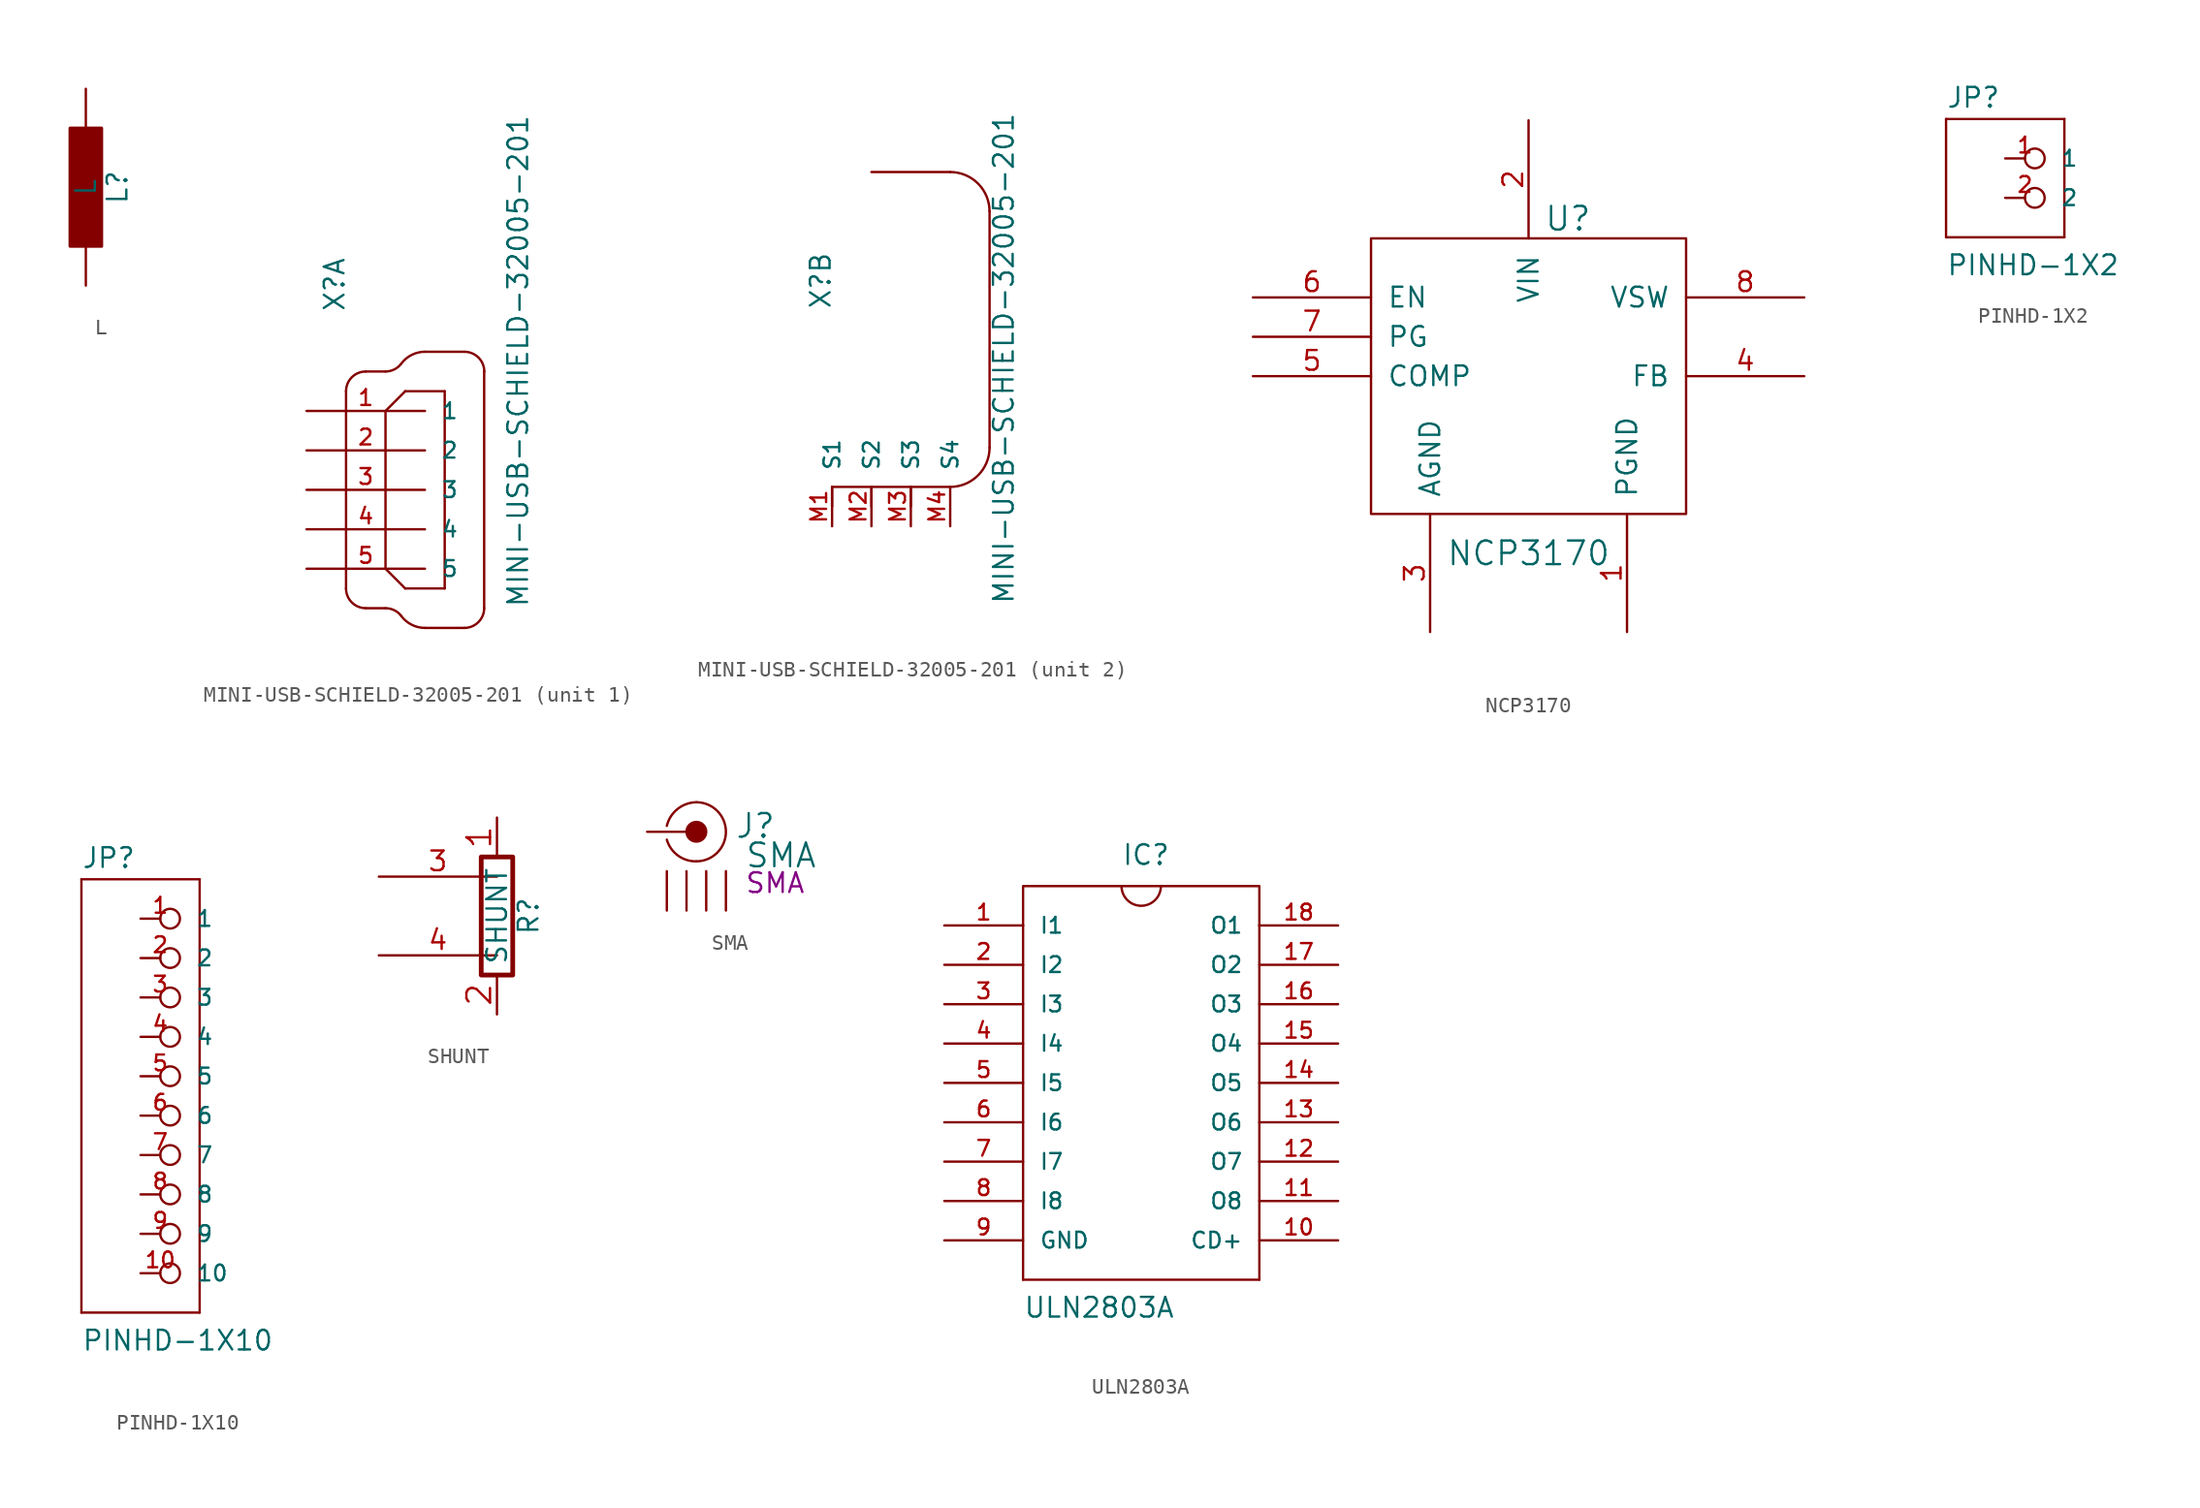
<source format=kicad_sym>
(kicad_symbol_lib
  (version 20220914)
  (generator kicad_symbol_editor)
  (symbol "L"
    (pin_numbers hide)
    (pin_names
      (offset 0))
    (property "Reference" "L"
      (at 2.032 0 90)
      (effects (font (size 1.27 1.27))))
    (property "Value" "L"
      (at 0 0 90)
      (effects (font (size 1.27 1.27))))
    (property "Footprint" ""
      (at 0 0 0)
      (effects (font (size 1.524 1.524))))
    (property "Datasheet" ""
      (at 0 0 0)
      (effects (font (size 1.524 1.524))))
    (symbol "L_0_1"
      (rectangle (start -1.016 3.81) (end 1.016 -3.81) (stroke (width 0.203) (type solid)) (fill (type outline))))
    (symbol "L_1_1"
      (pin passive line (at 0 6.35 270) (length 2.54) (name "~" (effects (font (size 1.524 1.524)))) (number "1" (effects (font (size 1.524 1.524)))))
      (pin passive line (at 0 -6.35 90) (length 2.54) (name "~" (effects (font (size 1.524 1.524)))) (number "2" (effects (font (size 1.524 1.524)))))))
  (symbol "MINI-USB-SCHIELD-32005-201"
    (pin_names
      (offset 1.016))
    (property "Reference" "X"
      (at -2.54 11.43 90)
      (effects (font (size 1.27 1.27)) (justify left bottom)))
    (property "Value" "MINI-USB-SCHIELD-32005-201"
      (at 9.271 -7.62 90)
      (effects (font (size 1.27 1.27)) (justify left bottom)))
    (property "Datasheet" ""
      (at 0 0 0)
      (effects (font (size 1.524 1.524))))
    (property "ki_locked" ""
      (at 0 0 0)
      (effects (font (size 1.27 1.27))))
    (symbol "MINI-USB-SCHIELD-32005-201_1_0"
      (polyline (pts (xy -2.54 6.35) (xy -2.54 -6.35)) (stroke (width 0) (type solid)) (fill (type none)))
      (polyline (pts (xy -1.27 -7.62) (xy 0 -7.62)) (stroke (width 0) (type solid)) (fill (type none)))
      (polyline (pts (xy -1.27 7.62) (xy 0 7.62)) (stroke (width 0) (type solid)) (fill (type none)))
      (polyline (pts (xy 0 -5.08) (xy 1.27 -6.35)) (stroke (width 0) (type solid)) (fill (type none)))
      (polyline (pts (xy 0 5.08) (xy 0 -5.08)) (stroke (width 0) (type solid)) (fill (type none)))
      (polyline (pts (xy 1.27 -6.35) (xy 3.81 -6.35)) (stroke (width 0) (type solid)) (fill (type none)))
      (polyline (pts (xy 1.27 6.35) (xy 0 5.08)) (stroke (width 0) (type solid)) (fill (type none)))
      (polyline (pts (xy 2.54 -8.89) (xy 5.08 -8.89)) (stroke (width 0) (type solid)) (fill (type none)))
      (polyline (pts (xy 2.54 8.89) (xy 5.08 8.89)) (stroke (width 0) (type solid)) (fill (type none)))
      (polyline (pts (xy 3.81 -6.35) (xy 3.81 6.35)) (stroke (width 0) (type solid)) (fill (type none)))
      (polyline (pts (xy 3.81 6.35) (xy 1.27 6.35)) (stroke (width 0) (type solid)) (fill (type none)))
      (polyline (pts (xy 6.35 -7.62) (xy 6.35 7.62)) (stroke (width 0) (type solid)) (fill (type none))))
    (symbol "MINI-USB-SCHIELD-32005-201_1_1"
      (arc (start -2.54 -6.35) (mid -2.168 -7.248) (end -1.27 -7.62) (stroke (width 0) (type solid)) (fill (type none)))
      (arc (start -1.27 7.62) (mid -2.168 7.248) (end -2.54 6.35) (stroke (width 0) (type solid)) (fill (type none)))
      (arc (start 0 7.62) (mid 0.568 7.7541) (end 1.016 8.128) (stroke (width 0) (type solid)) (fill (type none)))
      (arc (start 1.016 -8.128) (mid 0.568 -7.7541) (end 0 -7.62) (stroke (width 0) (type solid)) (fill (type none)))
      (arc (start 1.016 -8.128) (mid 1.6881 -8.6889) (end 2.54 -8.89) (stroke (width 0) (type solid)) (fill (type none)))
      (arc (start 2.54 8.89) (mid 1.6881 8.6889) (end 1.016 8.128) (stroke (width 0) (type solid)) (fill (type none)))
      (arc (start 5.08 -8.89) (mid 5.978 -8.518) (end 6.35 -7.62) (stroke (width 0) (type solid)) (fill (type none)))
      (arc (start 6.35 7.62) (mid 5.978 8.518) (end 5.08 8.89) (stroke (width 0) (type solid)) (fill (type none)))
      (pin passive line (at -5.08 5.08 0) (length 7.62) (name "1" (effects (font (size 1.016 1.016)))) (number "1" (effects (font (size 1.016 1.016)))))
      (pin passive line (at -5.08 2.54 0) (length 7.62) (name "2" (effects (font (size 1.016 1.016)))) (number "2" (effects (font (size 1.016 1.016)))))
      (pin passive line (at -5.08 0 0) (length 7.62) (name "3" (effects (font (size 1.016 1.016)))) (number "3" (effects (font (size 1.016 1.016)))))
      (pin passive line (at -5.08 -2.54 0) (length 7.62) (name "4" (effects (font (size 1.016 1.016)))) (number "4" (effects (font (size 1.016 1.016)))))
      (pin passive line (at -5.08 -5.08 0) (length 7.62) (name "5" (effects (font (size 1.016 1.016)))) (number "5" (effects (font (size 1.016 1.016))))))
    (symbol "MINI-USB-SCHIELD-32005-201_2_0"
      (polyline (pts (xy -2.54 -1.27) (xy -2.54 0)) (stroke (width 0) (type solid)) (fill (type none)))
      (polyline (pts (xy -2.54 0) (xy 0 0)) (stroke (width 0) (type solid)) (fill (type none)))
      (polyline (pts (xy 0 -1.27) (xy 0 0)) (stroke (width 0) (type solid)) (fill (type none)))
      (polyline (pts (xy 0 0) (xy 2.54 0)) (stroke (width 0) (type solid)) (fill (type none)))
      (polyline (pts (xy 2.54 -1.27) (xy 2.54 0)) (stroke (width 0) (type solid)) (fill (type none)))
      (polyline (pts (xy 2.54 0) (xy 5.08 0)) (stroke (width 0) (type solid)) (fill (type none)))
      (polyline (pts (xy 5.08 20.32) (xy 0 20.32)) (stroke (width 0) (type solid)) (fill (type none)))
      (polyline (pts (xy 7.62 2.54) (xy 7.62 17.78)) (stroke (width 0) (type solid)) (fill (type none))))
    (symbol "MINI-USB-SCHIELD-32005-201_2_1"
      (arc (start 5.08 0) (mid 6.8761 0.7439) (end 7.62 2.54) (stroke (width 0) (type solid)) (fill (type none)))
      (arc (start 7.62 17.78) (mid 6.8761 19.5761) (end 5.08 20.32) (stroke (width 0) (type solid)) (fill (type none)))
      (pin passive line (at -2.54 -2.54 90) (length 2.54) (name "S1" (effects (font (size 1.016 1.016)))) (number "M1" (effects (font (size 1.016 1.016)))))
      (pin passive line (at 0 -2.54 90) (length 2.54) (name "S2" (effects (font (size 1.016 1.016)))) (number "M2" (effects (font (size 1.016 1.016)))))
      (pin passive line (at 2.54 -2.54 90) (length 2.54) (name "S3" (effects (font (size 1.016 1.016)))) (number "M3" (effects (font (size 1.016 1.016)))))
      (pin passive line (at 5.08 -2.54 90) (length 2.54) (name "S4" (effects (font (size 1.016 1.016)))) (number "M4" (effects (font (size 1.016 1.016)))))))
  (symbol "NCP3170"
    (pin_names
      (offset 1.016))
    (property "Reference" "U"
      (at 2.54 10.16 0)
      (effects (font (size 1.524 1.524))))
    (property "Value" "NCP3170"
      (at 0 -11.43 0)
      (effects (font (size 1.524 1.524))))
    (property "Footprint" ""
      (at 0 0 0)
      (effects (font (size 1.524 1.524))))
    (property "Datasheet" ""
      (at 0 0 0)
      (effects (font (size 1.524 1.524))))
    (symbol "NCP3170_0_1"
      (rectangle (start -10.16 8.89) (end 10.16 -8.89) (stroke (width 0) (type solid)) (fill (type none))))
    (symbol "NCP3170_1_1"
      (pin power_in line (at 6.35 -16.51 90) (length 7.62) (name "PGND" (effects (font (size 1.27 1.27)))) (number "1" (effects (font (size 1.27 1.27)))))
      (pin power_in line (at 0 16.51 270) (length 7.62) (name "VIN" (effects (font (size 1.27 1.27)))) (number "2" (effects (font (size 1.27 1.27)))))
      (pin bidirectional line (at -6.35 -16.51 90) (length 7.62) (name "AGND" (effects (font (size 1.27 1.27)))) (number "3" (effects (font (size 1.27 1.27)))))
      (pin input line (at 17.78 0 180) (length 7.62) (name "FB" (effects (font (size 1.27 1.27)))) (number "4" (effects (font (size 1.27 1.27)))))
      (pin input line (at -17.78 0 0) (length 7.62) (name "COMP" (effects (font (size 1.27 1.27)))) (number "5" (effects (font (size 1.27 1.27)))))
      (pin input line (at -17.78 5.08 0) (length 7.62) (name "EN" (effects (font (size 1.27 1.27)))) (number "6" (effects (font (size 1.27 1.27)))))
      (pin output line (at -17.78 2.54 0) (length 7.62) (name "PG" (effects (font (size 1.27 1.27)))) (number "7" (effects (font (size 1.27 1.27)))))
      (pin power_out line (at 17.78 5.08 180) (length 7.62) (name "VSW" (effects (font (size 1.27 1.27)))) (number "8" (effects (font (size 1.27 1.27)))))))
  (symbol "PINHD-1X2"
    (pin_names
      (offset 1.016))
    (property "Reference" "JP"
      (at -6.35 5.715 0)
      (effects (font (size 1.27 1.27)) (justify left bottom)))
    (property "Value" "PINHD-1X2"
      (at -6.35 -5.08 0)
      (effects (font (size 1.27 1.27)) (justify left bottom)))
    (property "Datasheet" ""
      (at 0 0 0)
      (effects (font (size 1.524 1.524))))
    (property "ki_locked" ""
      (at 0 0 0)
      (effects (font (size 1.27 1.27))))
    (symbol "PINHD-1X2_1_0"
      (polyline (pts (xy -6.35 -2.54) (xy 1.27 -2.54)) (stroke (width 0) (type solid)) (fill (type none)))
      (polyline (pts (xy -6.35 5.08) (xy -6.35 -2.54)) (stroke (width 0) (type solid)) (fill (type none)))
      (polyline (pts (xy 1.27 -2.54) (xy 1.27 5.08)) (stroke (width 0) (type solid)) (fill (type none)))
      (polyline (pts (xy 1.27 5.08) (xy -6.35 5.08)) (stroke (width 0) (type solid)) (fill (type none))))
    (symbol "PINHD-1X2_1_1"
      (pin passive inverted (at -2.54 2.54 0) (length 2.54) (name "1" (effects (font (size 1.016 1.016)))) (number "1" (effects (font (size 1.016 1.016)))))
      (pin passive inverted (at -2.54 0 0) (length 2.54) (name "2" (effects (font (size 1.016 1.016)))) (number "2" (effects (font (size 1.016 1.016)))))))
  (symbol "PINHD-1X10"
    (pin_names
      (offset 1.016))
    (property "Reference" "JP"
      (at -6.35 13.335 0)
      (effects (font (size 1.27 1.27)) (justify left bottom)))
    (property "Value" "PINHD-1X10"
      (at -6.35 -17.78 0)
      (effects (font (size 1.27 1.27)) (justify left bottom)))
    (property "Datasheet" ""
      (at 0 0 0)
      (effects (font (size 1.524 1.524))))
    (property "ki_locked" ""
      (at 0 0 0)
      (effects (font (size 1.27 1.27))))
    (symbol "PINHD-1X10_1_0"
      (polyline (pts (xy -6.35 -15.24) (xy 1.27 -15.24)) (stroke (width 0) (type solid)) (fill (type none)))
      (polyline (pts (xy -6.35 12.7) (xy -6.35 -15.24)) (stroke (width 0) (type solid)) (fill (type none)))
      (polyline (pts (xy 1.27 -15.24) (xy 1.27 12.7)) (stroke (width 0) (type solid)) (fill (type none)))
      (polyline (pts (xy 1.27 12.7) (xy -6.35 12.7)) (stroke (width 0) (type solid)) (fill (type none))))
    (symbol "PINHD-1X10_1_1"
      (pin passive inverted (at -2.54 10.16 0) (length 2.54) (name "1" (effects (font (size 1.016 1.016)))) (number "1" (effects (font (size 1.016 1.016)))))
      (pin passive inverted (at -2.54 -12.7 0) (length 2.54) (name "10" (effects (font (size 1.016 1.016)))) (number "10" (effects (font (size 1.016 1.016)))))
      (pin passive inverted (at -2.54 7.62 0) (length 2.54) (name "2" (effects (font (size 1.016 1.016)))) (number "2" (effects (font (size 1.016 1.016)))))
      (pin passive inverted (at -2.54 5.08 0) (length 2.54) (name "3" (effects (font (size 1.016 1.016)))) (number "3" (effects (font (size 1.016 1.016)))))
      (pin passive inverted (at -2.54 2.54 0) (length 2.54) (name "4" (effects (font (size 1.016 1.016)))) (number "4" (effects (font (size 1.016 1.016)))))
      (pin passive inverted (at -2.54 0 0) (length 2.54) (name "5" (effects (font (size 1.016 1.016)))) (number "5" (effects (font (size 1.016 1.016)))))
      (pin passive inverted (at -2.54 -2.54 0) (length 2.54) (name "6" (effects (font (size 1.016 1.016)))) (number "6" (effects (font (size 1.016 1.016)))))
      (pin passive inverted (at -2.54 -5.08 0) (length 2.54) (name "7" (effects (font (size 1.016 1.016)))) (number "7" (effects (font (size 1.016 1.016)))))
      (pin passive inverted (at -2.54 -7.62 0) (length 2.54) (name "8" (effects (font (size 1.016 1.016)))) (number "8" (effects (font (size 1.016 1.016)))))
      (pin passive inverted (at -2.54 -10.16 0) (length 2.54) (name "9" (effects (font (size 1.016 1.016)))) (number "9" (effects (font (size 1.016 1.016)))))))
  (symbol "SHUNT"
    (pin_names
      (offset 0))
    (property "Reference" "R"
      (at 2.032 0 90)
      (effects (font (size 1.27 1.27))))
    (property "Value" "SHUNT"
      (at 0 0 90)
      (effects (font (size 1.27 1.27))))
    (property "Footprint" ""
      (at 0 0 0)
      (effects (font (size 1.524 1.524))))
    (property "Datasheet" ""
      (at 0 0 0)
      (effects (font (size 1.524 1.524))))
    (symbol "SHUNT_0_1"
      (rectangle (start -1.016 3.81) (end 1.016 -3.81) (stroke (width 0.305) (type solid)) (fill (type none))))
    (symbol "SHUNT_1_1"
      (pin passive line (at 0 6.35 270) (length 2.54) (name "~" (effects (font (size 1.524 1.524)))) (number "1" (effects (font (size 1.524 1.524)))))
      (pin passive line (at 0 -6.35 90) (length 2.54) (name "~" (effects (font (size 1.524 1.524)))) (number "2" (effects (font (size 1.524 1.524)))))
      (pin input line (at -7.62 2.54 0) (length 7.62) (name "~" (effects (font (size 1.27 1.27)))) (number "3" (effects (font (size 1.27 1.27)))))
      (pin input line (at -7.62 -2.54 0) (length 7.62) (name "~" (effects (font (size 1.27 1.27)))) (number "4" (effects (font (size 1.27 1.27)))))))
  (symbol "SMA"
    (pin_numbers hide)
    (pin_names
      (offset 1.016) hide)
    (property "Reference" "J"
      (at 4.445 2.921 0)
      (effects (font (size 1.524 1.524))))
    (property "Value" "SMA"
      (at 6.096 1.016 0)
      (effects (font (size 1.524 1.524))))
    (property "Footprint" "SMA"
      (at 5.715 -0.762 0)
      (effects (font (size 1.27 1.27))))
    (property "Datasheet" ""
      (at 0 0 0)
      (effects (font (size 1.524 1.524))))
    (symbol "SMA_0_1"
      (arc (start -1.27 2.032) (mid -0.5559 1.0089) (end 0.635 0.635) (stroke (width 0) (type solid)) (fill (type none)))
      (arc (start 0.635 0.635) (mid 2.5317 2.54) (end 0.635 4.445) (stroke (width 0) (type solid)) (fill (type none)))
      (circle (center 0.635 2.54) (radius 0.635) (stroke (width 0) (type solid)) (fill (type outline)))
      (arc (start 0.635 4.445) (mid -0.5786 4.01) (end -1.27 2.921) (stroke (width 0) (type solid)) (fill (type none))))
    (symbol "SMA_1_1"
      (pin bidirectional line (at -2.54 2.54 0) (length 2.54) (name "RF" (effects (font (size 0 0)))) (number "1" (effects (font (size 0 0)))))
      (pin power_in line (at -1.27 -2.54 90) (length 2.54) (name "GND1" (effects (font (size 0 0)))) (number "2" (effects (font (size 0 0)))))
      (pin power_in line (at 0 -2.54 90) (length 2.54) (name "GND2" (effects (font (size 0 0)))) (number "3" (effects (font (size 0 0)))))
      (pin power_in line (at 1.27 -2.54 90) (length 2.54) (name "GND3" (effects (font (size 0 0)))) (number "4" (effects (font (size 0 0)))))
      (pin power_in line (at 2.54 -2.54 90) (length 2.54) (name "GND4" (effects (font (size 0 0)))) (number "5" (effects (font (size 0 0)))))))
  (symbol "ULN2803A"
    (pin_names
      (offset 1.016))
    (property "Reference" "IC"
      (at -1.27 13.97 0)
      (effects (font (size 1.27 1.27)) (justify left bottom)))
    (property "Value" "ULN2803A"
      (at -7.62 -15.24 0)
      (effects (font (size 1.27 1.27)) (justify left bottom)))
    (property "Datasheet" ""
      (at 0 0 0)
      (effects (font (size 1.524 1.524))))
    (property "ki_locked" ""
      (at 0 0 0)
      (effects (font (size 1.27 1.27))))
    (symbol "ULN2803A_0_1"
      (arc (start -1.27 12.7) (mid 0 11.4355) (end 1.27 12.7) (stroke (width 0) (type solid)) (fill (type none)))
      (polyline (pts (xy 7.62 10.16) (xy 7.62 12.7) (xy -7.62 12.7) (xy -7.62 10.16) (xy -7.62 10.16)) (stroke (width 0) (type solid)) (fill (type none))))
    (symbol "ULN2803A_1_0"
      (polyline (pts (xy -7.62 10.16) (xy -7.62 -12.7)) (stroke (width 0) (type solid)) (fill (type none)))
      (polyline (pts (xy 7.62 -12.7) (xy -7.62 -12.7)) (stroke (width 0) (type solid)) (fill (type none)))
      (polyline (pts (xy 7.62 -12.7) (xy 7.62 10.16)) (stroke (width 0) (type solid)) (fill (type none))))
    (symbol "ULN2803A_1_1"
      (pin input line (at -12.7 10.16 0) (length 5.08) (name "I1" (effects (font (size 1.016 1.016)))) (number "1" (effects (font (size 1.016 1.016)))))
      (pin power_in line (at 12.7 -10.16 180) (length 5.08) (name "CD+" (effects (font (size 1.016 1.016)))) (number "10" (effects (font (size 1.016 1.016)))))
      (pin output line (at 12.7 -7.62 180) (length 5.08) (name "O8" (effects (font (size 1.016 1.016)))) (number "11" (effects (font (size 1.016 1.016)))))
      (pin output line (at 12.7 -5.08 180) (length 5.08) (name "O7" (effects (font (size 1.016 1.016)))) (number "12" (effects (font (size 1.016 1.016)))))
      (pin output line (at 12.7 -2.54 180) (length 5.08) (name "O6" (effects (font (size 1.016 1.016)))) (number "13" (effects (font (size 1.016 1.016)))))
      (pin output line (at 12.7 0 180) (length 5.08) (name "O5" (effects (font (size 1.016 1.016)))) (number "14" (effects (font (size 1.016 1.016)))))
      (pin output line (at 12.7 2.54 180) (length 5.08) (name "O4" (effects (font (size 1.016 1.016)))) (number "15" (effects (font (size 1.016 1.016)))))
      (pin output line (at 12.7 5.08 180) (length 5.08) (name "O3" (effects (font (size 1.016 1.016)))) (number "16" (effects (font (size 1.016 1.016)))))
      (pin output line (at 12.7 7.62 180) (length 5.08) (name "O2" (effects (font (size 1.016 1.016)))) (number "17" (effects (font (size 1.016 1.016)))))
      (pin output line (at 12.7 10.16 180) (length 5.08) (name "O1" (effects (font (size 1.016 1.016)))) (number "18" (effects (font (size 1.016 1.016)))))
      (pin input line (at -12.7 7.62 0) (length 5.08) (name "I2" (effects (font (size 1.016 1.016)))) (number "2" (effects (font (size 1.016 1.016)))))
      (pin input line (at -12.7 5.08 0) (length 5.08) (name "I3" (effects (font (size 1.016 1.016)))) (number "3" (effects (font (size 1.016 1.016)))))
      (pin input line (at -12.7 2.54 0) (length 5.08) (name "I4" (effects (font (size 1.016 1.016)))) (number "4" (effects (font (size 1.016 1.016)))))
      (pin input line (at -12.7 0 0) (length 5.08) (name "I5" (effects (font (size 1.016 1.016)))) (number "5" (effects (font (size 1.016 1.016)))))
      (pin input line (at -12.7 -2.54 0) (length 5.08) (name "I6" (effects (font (size 1.016 1.016)))) (number "6" (effects (font (size 1.016 1.016)))))
      (pin input line (at -12.7 -5.08 0) (length 5.08) (name "I7" (effects (font (size 1.016 1.016)))) (number "7" (effects (font (size 1.016 1.016)))))
      (pin input line (at -12.7 -7.62 0) (length 5.08) (name "I8" (effects (font (size 1.016 1.016)))) (number "8" (effects (font (size 1.016 1.016)))))
      (pin power_in line (at -12.7 -10.16 0) (length 5.08) (name "GND" (effects (font (size 1.016 1.016)))) (number "9" (effects (font (size 1.016 1.016))))))))
</source>
